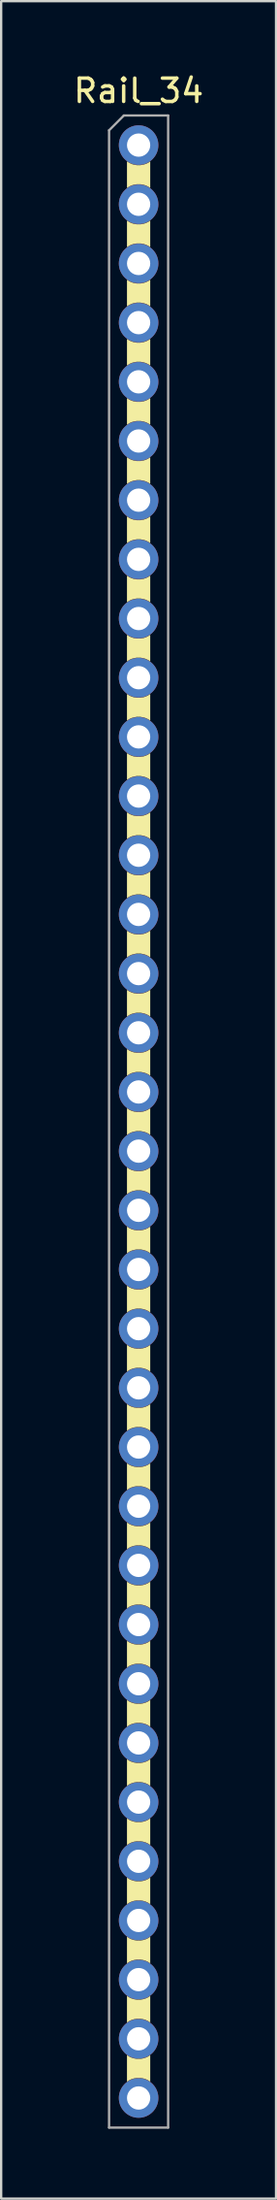
<source format=kicad_pcb>
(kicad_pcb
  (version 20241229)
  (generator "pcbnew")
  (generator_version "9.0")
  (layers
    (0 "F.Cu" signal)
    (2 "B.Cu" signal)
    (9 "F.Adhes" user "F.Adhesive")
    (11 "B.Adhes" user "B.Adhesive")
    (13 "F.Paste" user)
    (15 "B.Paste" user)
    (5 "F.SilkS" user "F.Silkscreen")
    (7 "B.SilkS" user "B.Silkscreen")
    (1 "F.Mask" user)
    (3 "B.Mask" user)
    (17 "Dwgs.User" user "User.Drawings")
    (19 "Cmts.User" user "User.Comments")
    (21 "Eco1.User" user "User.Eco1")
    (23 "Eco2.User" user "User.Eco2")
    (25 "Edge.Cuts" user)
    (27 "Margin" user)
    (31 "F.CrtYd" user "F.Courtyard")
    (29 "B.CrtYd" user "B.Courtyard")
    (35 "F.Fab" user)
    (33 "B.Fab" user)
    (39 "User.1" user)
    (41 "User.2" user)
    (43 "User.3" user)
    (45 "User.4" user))
  (footprint "Rail_34"
    (layer "F.Cu")
    (at 2.911 3.178)
    (property "Reference" "Rail_34" (at 0 -2.33 0) (layer "F.SilkS") (effects (font (size 1 1) (thickness 0.15))))
    (attr through_hole)
    (fp_poly (pts (xy 0.5 1.84) (xy 0.39 1.77) (xy 0.3 1.73) (xy 0.2 1.7) (xy 0.08 1.68) (xy 0 1.68) (xy -0.08 1.68) (xy -0.2 1.7) (xy -0.3 1.73) (xy -0.39 1.77) (xy -0.5 1.84) (xy -0.5 0.7) (xy -0.39 0.77) (xy -0.3 0.81) (xy -0.2 0.84) (xy -0.08 0.86) (xy 0 0.86) (xy 0.08 0.86) (xy 0.2 0.84) (xy 0.3 0.81) (xy 0.39 0.77) (xy 0.5 0.7)) (stroke (width 0) (type solid)) (fill yes) (layer "F.SilkS"))
    (fp_poly (pts (xy 0.5 4.38) (xy 0.39 4.31) (xy 0.3 4.27) (xy 0.2 4.24) (xy 0.08 4.22) (xy 0 4.22) (xy -0.08 4.22) (xy -0.2 4.24) (xy -0.3 4.27) (xy -0.39 4.31) (xy -0.5 4.38) (xy -0.5 3.24) (xy -0.39 3.31) (xy -0.3 3.35) (xy -0.2 3.38) (xy -0.08 3.4) (xy 0 3.4) (xy 0.08 3.4) (xy 0.2 3.38) (xy 0.3 3.35) (xy 0.39 3.31) (xy 0.5 3.24)) (stroke (width 0) (type solid)) (fill yes) (layer "F.SilkS"))
    (fp_poly (pts (xy 0.5 6.92) (xy 0.39 6.85) (xy 0.3 6.81) (xy 0.2 6.78) (xy 0.08 6.76) (xy 0 6.76) (xy -0.08 6.76) (xy -0.2 6.78) (xy -0.3 6.81) (xy -0.39 6.85) (xy -0.5 6.92) (xy -0.5 5.78) (xy -0.39 5.85) (xy -0.3 5.89) (xy -0.2 5.92) (xy -0.08 5.94) (xy 0 5.94) (xy 0.08 5.94) (xy 0.2 5.92) (xy 0.3 5.89) (xy 0.39 5.85) (xy 0.5 5.78)) (stroke (width 0) (type solid)) (fill yes) (layer "F.SilkS"))
    (fp_poly (pts (xy 0.5 9.46) (xy 0.39 9.39) (xy 0.3 9.35) (xy 0.2 9.32) (xy 0.08 9.3) (xy 0 9.3) (xy -0.08 9.3) (xy -0.2 9.32) (xy -0.3 9.35) (xy -0.39 9.39) (xy -0.5 9.46) (xy -0.5 8.32) (xy -0.39 8.39) (xy -0.3 8.43) (xy -0.2 8.46) (xy -0.08 8.48) (xy 0 8.48) (xy 0.08 8.48) (xy 0.2 8.46) (xy 0.3 8.43) (xy 0.39 8.39) (xy 0.5 8.32)) (stroke (width 0) (type solid)) (fill yes) (layer "F.SilkS"))
    (fp_poly (pts (xy 0.5 12) (xy 0.39 11.93) (xy 0.3 11.89) (xy 0.2 11.86) (xy 0.08 11.84) (xy 0 11.84) (xy -0.08 11.84) (xy -0.2 11.86) (xy -0.3 11.89) (xy -0.39 11.93) (xy -0.5 12) (xy -0.5 10.86) (xy -0.39 10.93) (xy -0.3 10.97) (xy -0.2 11) (xy -0.08 11.02) (xy 0 11.02) (xy 0.08 11.02) (xy 0.2 11) (xy 0.3 10.97) (xy 0.39 10.93) (xy 0.5 10.86)) (stroke (width 0) (type solid)) (fill yes) (layer "F.SilkS"))
    (fp_poly (pts (xy 0.5 14.54) (xy 0.39 14.47) (xy 0.3 14.43) (xy 0.2 14.4) (xy 0.08 14.38) (xy 0 14.38) (xy -0.08 14.38) (xy -0.2 14.4) (xy -0.3 14.43) (xy -0.39 14.47) (xy -0.5 14.54) (xy -0.5 13.4) (xy -0.39 13.47) (xy -0.3 13.51) (xy -0.2 13.54) (xy -0.08 13.56) (xy 0 13.56) (xy 0.08 13.56) (xy 0.2 13.54) (xy 0.3 13.51) (xy 0.39 13.47) (xy 0.5 13.4)) (stroke (width 0) (type solid)) (fill yes) (layer "F.SilkS"))
    (fp_poly (pts (xy 0.5 17.08) (xy 0.39 17.01) (xy 0.3 16.97) (xy 0.2 16.94) (xy 0.08 16.92) (xy 0 16.92) (xy -0.08 16.92) (xy -0.2 16.94) (xy -0.3 16.97) (xy -0.39 17.01) (xy -0.5 17.08) (xy -0.5 15.94) (xy -0.39 16.01) (xy -0.3 16.05) (xy -0.2 16.08) (xy -0.08 16.1) (xy 0 16.1) (xy 0.08 16.1) (xy 0.2 16.08) (xy 0.3 16.05) (xy 0.39 16.01) (xy 0.5 15.94)) (stroke (width 0) (type solid)) (fill yes) (layer "F.SilkS"))
    (fp_poly (pts (xy 0.5 19.62) (xy 0.39 19.55) (xy 0.3 19.51) (xy 0.2 19.48) (xy 0.08 19.46) (xy 0 19.46) (xy -0.08 19.46) (xy -0.2 19.48) (xy -0.3 19.51) (xy -0.39 19.55) (xy -0.5 19.62) (xy -0.5 18.48) (xy -0.39 18.55) (xy -0.3 18.59) (xy -0.2 18.62) (xy -0.08 18.64) (xy 0 18.64) (xy 0.08 18.64) (xy 0.2 18.62) (xy 0.3 18.59) (xy 0.39 18.55) (xy 0.5 18.48)) (stroke (width 0) (type solid)) (fill yes) (layer "F.SilkS"))
    (fp_poly (pts (xy 0.5 22.16) (xy 0.39 22.09) (xy 0.3 22.05) (xy 0.2 22.02) (xy 0.08 22) (xy 0 22) (xy -0.08 22) (xy -0.2 22.02) (xy -0.3 22.05) (xy -0.39 22.09) (xy -0.5 22.16) (xy -0.5 21.02) (xy -0.39 21.09) (xy -0.3 21.13) (xy -0.2 21.16) (xy -0.08 21.18) (xy 0 21.18) (xy 0.08 21.18) (xy 0.2 21.16) (xy 0.3 21.13) (xy 0.39 21.09) (xy 0.5 21.02)) (stroke (width 0) (type solid)) (fill yes) (layer "F.SilkS"))
    (fp_poly (pts (xy 0.5 24.7) (xy 0.39 24.63) (xy 0.3 24.59) (xy 0.2 24.56) (xy 0.08 24.54) (xy 0 24.54) (xy -0.08 24.54) (xy -0.2 24.56) (xy -0.3 24.59) (xy -0.39 24.63) (xy -0.5 24.7) (xy -0.5 23.56) (xy -0.39 23.63) (xy -0.3 23.67) (xy -0.2 23.7) (xy -0.08 23.72) (xy 0 23.72) (xy 0.08 23.72) (xy 0.2 23.7) (xy 0.3 23.67) (xy 0.39 23.63) (xy 0.5 23.56)) (stroke (width 0) (type solid)) (fill yes) (layer "F.SilkS"))
    (fp_poly (pts (xy 0.5 27.24) (xy 0.39 27.17) (xy 0.3 27.13) (xy 0.2 27.1) (xy 0.08 27.08) (xy 0 27.08) (xy -0.08 27.08) (xy -0.2 27.1) (xy -0.3 27.13) (xy -0.39 27.17) (xy -0.5 27.24) (xy -0.5 26.1) (xy -0.39 26.17) (xy -0.3 26.21) (xy -0.2 26.24) (xy -0.08 26.26) (xy 0 26.26) (xy 0.08 26.26) (xy 0.2 26.24) (xy 0.3 26.21) (xy 0.39 26.17) (xy 0.5 26.1)) (stroke (width 0) (type solid)) (fill yes) (layer "F.SilkS"))
    (fp_poly (pts (xy 0.5 29.78) (xy 0.39 29.71) (xy 0.3 29.67) (xy 0.2 29.64) (xy 0.08 29.62) (xy 0 29.62) (xy -0.08 29.62) (xy -0.2 29.64) (xy -0.3 29.67) (xy -0.39 29.71) (xy -0.5 29.78) (xy -0.5 28.64) (xy -0.39 28.71) (xy -0.3 28.75) (xy -0.2 28.78) (xy -0.08 28.8) (xy 0 28.8) (xy 0.08 28.8) (xy 0.2 28.78) (xy 0.3 28.75) (xy 0.39 28.71) (xy 0.5 28.64)) (stroke (width 0) (type solid)) (fill yes) (layer "F.SilkS"))
    (fp_poly (pts (xy 0.5 32.32) (xy 0.39 32.25) (xy 0.3 32.21) (xy 0.2 32.18) (xy 0.08 32.16) (xy 0 32.16) (xy -0.08 32.16) (xy -0.2 32.18) (xy -0.3 32.21) (xy -0.39 32.25) (xy -0.5 32.32) (xy -0.5 31.18) (xy -0.39 31.25) (xy -0.3 31.29) (xy -0.2 31.32) (xy -0.08 31.34) (xy 0 31.34) (xy 0.08 31.34) (xy 0.2 31.32) (xy 0.3 31.29) (xy 0.39 31.25) (xy 0.5 31.18)) (stroke (width 0) (type solid)) (fill yes) (layer "F.SilkS"))
    (fp_poly (pts (xy 0.5 34.86) (xy 0.39 34.79) (xy 0.3 34.75) (xy 0.2 34.72) (xy 0.08 34.7) (xy 0 34.7) (xy -0.08 34.7) (xy -0.2 34.72) (xy -0.3 34.75) (xy -0.39 34.79) (xy -0.5 34.86) (xy -0.5 33.72) (xy -0.39 33.79) (xy -0.3 33.83) (xy -0.2 33.86) (xy -0.08 33.88) (xy 0 33.88) (xy 0.08 33.88) (xy 0.2 33.86) (xy 0.3 33.83) (xy 0.39 33.79) (xy 0.5 33.72)) (stroke (width 0) (type solid)) (fill yes) (layer "F.SilkS"))
    (fp_poly (pts (xy 0.5 37.4) (xy 0.39 37.33) (xy 0.3 37.29) (xy 0.2 37.26) (xy 0.08 37.24) (xy 0 37.24) (xy -0.08 37.24) (xy -0.2 37.26) (xy -0.3 37.29) (xy -0.39 37.33) (xy -0.5 37.4) (xy -0.5 36.26) (xy -0.39 36.33) (xy -0.3 36.37) (xy -0.2 36.4) (xy -0.08 36.42) (xy 0 36.42) (xy 0.08 36.42) (xy 0.2 36.4) (xy 0.3 36.37) (xy 0.39 36.33) (xy 0.5 36.26)) (stroke (width 0) (type solid)) (fill yes) (layer "F.SilkS"))
    (fp_poly (pts (xy 0.5 39.94) (xy 0.39 39.87) (xy 0.3 39.83) (xy 0.2 39.8) (xy 0.08 39.78) (xy 0 39.78) (xy -0.08 39.78) (xy -0.2 39.8) (xy -0.3 39.83) (xy -0.39 39.87) (xy -0.5 39.94) (xy -0.5 38.8) (xy -0.39 38.87) (xy -0.3 38.91) (xy -0.2 38.94) (xy -0.08 38.96) (xy 0 38.96) (xy 0.08 38.96) (xy 0.2 38.94) (xy 0.3 38.91) (xy 0.39 38.87) (xy 0.5 38.8)) (stroke (width 0) (type solid)) (fill yes) (layer "F.SilkS"))
    (fp_poly (pts (xy 0.5 42.48) (xy 0.39 42.41) (xy 0.3 42.37) (xy 0.2 42.34) (xy 0.08 42.32) (xy 0 42.32) (xy -0.08 42.32) (xy -0.2 42.34) (xy -0.3 42.37) (xy -0.39 42.41) (xy -0.5 42.48) (xy -0.5 41.34) (xy -0.39 41.41) (xy -0.3 41.45) (xy -0.2 41.48) (xy -0.08 41.5) (xy 0 41.5) (xy 0.08 41.5) (xy 0.2 41.48) (xy 0.3 41.45) (xy 0.39 41.41) (xy 0.5 41.34)) (stroke (width 0) (type solid)) (fill yes) (layer "F.SilkS"))
    (fp_poly (pts (xy 0.5 45.02) (xy 0.39 44.95) (xy 0.3 44.91) (xy 0.2 44.88) (xy 0.08 44.86) (xy 0 44.86) (xy -0.08 44.86) (xy -0.2 44.88) (xy -0.3 44.91) (xy -0.39 44.95) (xy -0.5 45.02) (xy -0.5 43.88) (xy -0.39 43.95) (xy -0.3 43.99) (xy -0.2 44.02) (xy -0.08 44.04) (xy 0 44.04) (xy 0.08 44.04) (xy 0.2 44.02) (xy 0.3 43.99) (xy 0.39 43.95) (xy 0.5 43.88)) (stroke (width 0) (type solid)) (fill yes) (layer "F.SilkS"))
    (fp_poly (pts (xy 0.5 47.56) (xy 0.39 47.49) (xy 0.3 47.45) (xy 0.2 47.42) (xy 0.08 47.4) (xy 0 47.4) (xy -0.08 47.4) (xy -0.2 47.42) (xy -0.3 47.45) (xy -0.39 47.49) (xy -0.5 47.56) (xy -0.5 46.42) (xy -0.39 46.49) (xy -0.3 46.53) (xy -0.2 46.56) (xy -0.08 46.58) (xy 0 46.58) (xy 0.08 46.58) (xy 0.2 46.56) (xy 0.3 46.53) (xy 0.39 46.49) (xy 0.5 46.42)) (stroke (width 0) (type solid)) (fill yes) (layer "F.SilkS"))
    (fp_poly (pts (xy 0.5 50.1) (xy 0.39 50.03) (xy 0.3 49.99) (xy 0.2 49.96) (xy 0.08 49.94) (xy 0 49.94) (xy -0.08 49.94) (xy -0.2 49.96) (xy -0.3 49.99) (xy -0.39 50.03) (xy -0.5 50.1) (xy -0.5 48.96) (xy -0.39 49.03) (xy -0.3 49.07) (xy -0.2 49.1) (xy -0.08 49.12) (xy 0 49.12) (xy 0.08 49.12) (xy 0.2 49.1) (xy 0.3 49.07) (xy 0.39 49.03) (xy 0.5 48.96)) (stroke (width 0) (type solid)) (fill yes) (layer "F.SilkS"))
    (fp_poly (pts (xy 0.5 52.64) (xy 0.39 52.57) (xy 0.3 52.53) (xy 0.2 52.5) (xy 0.08 52.48) (xy 0 52.48) (xy -0.08 52.48) (xy -0.2 52.5) (xy -0.3 52.53) (xy -0.39 52.57) (xy -0.5 52.64) (xy -0.5 51.5) (xy -0.39 51.57) (xy -0.3 51.61) (xy -0.2 51.64) (xy -0.08 51.66) (xy 0 51.66) (xy 0.08 51.66) (xy 0.2 51.64) (xy 0.3 51.61) (xy 0.39 51.57) (xy 0.5 51.5)) (stroke (width 0) (type solid)) (fill yes) (layer "F.SilkS"))
    (fp_poly (pts (xy 0.5 55.18) (xy 0.39 55.11) (xy 0.3 55.07) (xy 0.2 55.04) (xy 0.08 55.02) (xy 0 55.02) (xy -0.08 55.02) (xy -0.2 55.04) (xy -0.3 55.07) (xy -0.39 55.11) (xy -0.5 55.18) (xy -0.5 54.04) (xy -0.39 54.11) (xy -0.3 54.15) (xy -0.2 54.18) (xy -0.08 54.2) (xy 0 54.2) (xy 0.08 54.2) (xy 0.2 54.18) (xy 0.3 54.15) (xy 0.39 54.11) (xy 0.5 54.04)) (stroke (width 0) (type solid)) (fill yes) (layer "F.SilkS"))
    (fp_poly (pts (xy 0.5 57.72) (xy 0.39 57.65) (xy 0.3 57.61) (xy 0.2 57.58) (xy 0.08 57.56) (xy 0 57.56) (xy -0.08 57.56) (xy -0.2 57.58) (xy -0.3 57.61) (xy -0.39 57.65) (xy -0.5 57.72) (xy -0.5 56.58) (xy -0.39 56.65) (xy -0.3 56.69) (xy -0.2 56.72) (xy -0.08 56.74) (xy 0 56.74) (xy 0.08 56.74) (xy 0.2 56.72) (xy 0.3 56.69) (xy 0.39 56.65) (xy 0.5 56.58)) (stroke (width 0) (type solid)) (fill yes) (layer "F.SilkS"))
    (fp_poly (pts (xy 0.5 60.26) (xy 0.39 60.19) (xy 0.3 60.15) (xy 0.2 60.12) (xy 0.08 60.1) (xy 0 60.1) (xy -0.08 60.1) (xy -0.2 60.12) (xy -0.3 60.15) (xy -0.39 60.19) (xy -0.5 60.26) (xy -0.5 59.12) (xy -0.39 59.19) (xy -0.3 59.23) (xy -0.2 59.26) (xy -0.08 59.28) (xy 0 59.28) (xy 0.08 59.28) (xy 0.2 59.26) (xy 0.3 59.23) (xy 0.39 59.19) (xy 0.5 59.12)) (stroke (width 0) (type solid)) (fill yes) (layer "F.SilkS"))
    (fp_poly (pts (xy 0.5 62.8) (xy 0.39 62.73) (xy 0.3 62.69) (xy 0.2 62.66) (xy 0.08 62.64) (xy 0 62.64) (xy -0.08 62.64) (xy -0.2 62.66) (xy -0.3 62.69) (xy -0.39 62.73) (xy -0.5 62.8) (xy -0.5 61.66) (xy -0.39 61.73) (xy -0.3 61.77) (xy -0.2 61.8) (xy -0.08 61.82) (xy 0 61.82) (xy 0.08 61.82) (xy 0.2 61.8) (xy 0.3 61.77) (xy 0.39 61.73) (xy 0.5 61.66)) (stroke (width 0) (type solid)) (fill yes) (layer "F.SilkS"))
    (fp_poly (pts (xy 0.5 65.34) (xy 0.39 65.27) (xy 0.3 65.23) (xy 0.2 65.2) (xy 0.08 65.18) (xy 0 65.18) (xy -0.08 65.18) (xy -0.2 65.2) (xy -0.3 65.23) (xy -0.39 65.27) (xy -0.5 65.34) (xy -0.5 64.2) (xy -0.39 64.27) (xy -0.3 64.31) (xy -0.2 64.34) (xy -0.08 64.36) (xy 0 64.36) (xy 0.08 64.36) (xy 0.2 64.34) (xy 0.3 64.31) (xy 0.39 64.27) (xy 0.5 64.2)) (stroke (width 0) (type solid)) (fill yes) (layer "F.SilkS"))
    (fp_poly (pts (xy 0.5 67.88) (xy 0.39 67.81) (xy 0.3 67.77) (xy 0.2 67.74) (xy 0.08 67.72) (xy 0 67.72) (xy -0.08 67.72) (xy -0.2 67.74) (xy -0.3 67.77) (xy -0.39 67.81) (xy -0.5 67.88) (xy -0.5 66.74) (xy -0.39 66.81) (xy -0.3 66.85) (xy -0.2 66.88) (xy -0.08 66.9) (xy 0 66.9) (xy 0.08 66.9) (xy 0.2 66.88) (xy 0.3 66.85) (xy 0.39 66.81) (xy 0.5 66.74)) (stroke (width 0) (type solid)) (fill yes) (layer "F.SilkS"))
    (fp_poly (pts (xy 0.5 70.42) (xy 0.39 70.35) (xy 0.3 70.31) (xy 0.2 70.28) (xy 0.08 70.26) (xy 0 70.26) (xy -0.08 70.26) (xy -0.2 70.28) (xy -0.3 70.31) (xy -0.39 70.35) (xy -0.5 70.42) (xy -0.5 69.28) (xy -0.39 69.35) (xy -0.3 69.39) (xy -0.2 69.42) (xy -0.08 69.44) (xy 0 69.44) (xy 0.08 69.44) (xy 0.2 69.42) (xy 0.3 69.39) (xy 0.39 69.35) (xy 0.5 69.28)) (stroke (width 0) (type solid)) (fill yes) (layer "F.SilkS"))
    (fp_poly (pts (xy 0.5 72.96) (xy 0.39 72.89) (xy 0.3 72.85) (xy 0.2 72.82) (xy 0.08 72.8) (xy 0 72.8) (xy -0.08 72.8) (xy -0.2 72.82) (xy -0.3 72.85) (xy -0.39 72.89) (xy -0.5 72.96) (xy -0.5 71.82) (xy -0.39 71.89) (xy -0.3 71.93) (xy -0.2 71.96) (xy -0.08 71.98) (xy 0 71.98) (xy 0.08 71.98) (xy 0.2 71.96) (xy 0.3 71.93) (xy 0.39 71.89) (xy 0.5 71.82)) (stroke (width 0) (type solid)) (fill yes) (layer "F.SilkS"))
    (fp_poly (pts (xy 0.5 75.5) (xy 0.39 75.43) (xy 0.3 75.39) (xy 0.2 75.36) (xy 0.08 75.34) (xy 0 75.34) (xy -0.08 75.34) (xy -0.2 75.36) (xy -0.3 75.39) (xy -0.39 75.43) (xy -0.5 75.5) (xy -0.5 74.36) (xy -0.39 74.43) (xy -0.3 74.47) (xy -0.2 74.5) (xy -0.08 74.52) (xy 0 74.52) (xy 0.08 74.52) (xy 0.2 74.5) (xy 0.3 74.47) (xy 0.39 74.43) (xy 0.5 74.36)) (stroke (width 0) (type solid)) (fill yes) (layer "F.SilkS"))
    (fp_poly (pts (xy 0.5 78.04) (xy 0.39 77.97) (xy 0.3 77.93) (xy 0.2 77.9) (xy 0.08 77.88) (xy 0 77.88) (xy -0.08 77.88) (xy -0.2 77.9) (xy -0.3 77.93) (xy -0.39 77.97) (xy -0.5 78.04) (xy -0.5 76.9) (xy -0.39 76.97) (xy -0.3 77.01) (xy -0.2 77.04) (xy -0.08 77.06) (xy 0 77.06) (xy 0.08 77.06) (xy 0.2 77.04) (xy 0.3 77.01) (xy 0.39 76.97) (xy 0.5 76.9)) (stroke (width 0) (type solid)) (fill yes) (layer "F.SilkS"))
    (fp_poly (pts (xy 0.5 80.58) (xy 0.39 80.51) (xy 0.3 80.47) (xy 0.2 80.44) (xy 0.08 80.42) (xy 0 80.42) (xy -0.08 80.42) (xy -0.2 80.44) (xy -0.3 80.47) (xy -0.39 80.51) (xy -0.5 80.58) (xy -0.5 79.44) (xy -0.39 79.51) (xy -0.3 79.55) (xy -0.2 79.58) (xy -0.08 79.6) (xy 0 79.6) (xy 0.08 79.6) (xy 0.2 79.58) (xy 0.3 79.55) (xy 0.39 79.51) (xy 0.5 79.44)) (stroke (width 0) (type solid)) (fill yes) (layer "F.SilkS"))
    (fp_poly (pts (xy 0.5 83.12) (xy 0.39 83.05) (xy 0.3 83.01) (xy 0.2 82.98) (xy 0.08 82.96) (xy 0 82.96) (xy -0.08 82.96) (xy -0.2 82.98) (xy -0.3 83.01) (xy -0.39 83.05) (xy -0.5 83.12) (xy -0.5 81.98) (xy -0.39 82.05) (xy -0.3 82.09) (xy -0.2 82.12) (xy -0.08 82.14) (xy 0 82.14) (xy 0.08 82.14) (xy 0.2 82.12) (xy 0.3 82.09) (xy 0.39 82.05) (xy 0.5 81.98)) (stroke (width 0) (type solid)) (fill yes) (layer "F.SilkS"))
    (fp_line (start -1.27 -0.635) (end -0.635 -1.27) (stroke (width 0.1) (type solid)) (layer "F.Fab"))
    (fp_line (start -1.27 85.09) (end -1.27 -0.635) (stroke (width 0.1) (type solid)) (layer "F.Fab"))
    (fp_line (start -0.635 -1.27) (end 1.27 -1.27) (stroke (width 0.1) (type solid)) (layer "F.Fab"))
    (fp_line (start 1.27 -1.27) (end 1.27 85.09) (stroke (width 0.1) (type solid)) (layer "F.Fab"))
    (fp_line (start 1.27 85.09) (end -1.27 85.09) (stroke (width 0.1) (type solid)) (layer "F.Fab"))
    (pad "1" thru_hole circle (at 0 0) (size 1.7 1.7) (drill 1) (layers "*.Cu" "*.Mask"))
    (pad "2" thru_hole oval (at 0 2.54) (size 1.7 1.7) (drill 1) (layers "*.Cu" "*.Mask"))
    (pad "3" thru_hole oval (at 0 5.08) (size 1.7 1.7) (drill 1) (layers "*.Cu" "*.Mask"))
    (pad "4" thru_hole oval (at 0 7.62) (size 1.7 1.7) (drill 1) (layers "*.Cu" "*.Mask"))
    (pad "5" thru_hole oval (at 0 10.16) (size 1.7 1.7) (drill 1) (layers "*.Cu" "*.Mask"))
    (pad "6" thru_hole oval (at 0 12.7) (size 1.7 1.7) (drill 1) (layers "*.Cu" "*.Mask"))
    (pad "7" thru_hole oval (at 0 15.24) (size 1.7 1.7) (drill 1) (layers "*.Cu" "*.Mask"))
    (pad "8" thru_hole oval (at 0 17.78) (size 1.7 1.7) (drill 1) (layers "*.Cu" "*.Mask"))
    (pad "9" thru_hole oval (at 0 20.32) (size 1.7 1.7) (drill 1) (layers "*.Cu" "*.Mask"))
    (pad "10" thru_hole oval (at 0 22.86) (size 1.7 1.7) (drill 1) (layers "*.Cu" "*.Mask"))
    (pad "11" thru_hole oval (at 0 25.4) (size 1.7 1.7) (drill 1) (layers "*.Cu" "*.Mask"))
    (pad "12" thru_hole oval (at 0 27.94) (size 1.7 1.7) (drill 1) (layers "*.Cu" "*.Mask"))
    (pad "13" thru_hole oval (at 0 30.48) (size 1.7 1.7) (drill 1) (layers "*.Cu" "*.Mask"))
    (pad "14" thru_hole oval (at 0 33.02) (size 1.7 1.7) (drill 1) (layers "*.Cu" "*.Mask"))
    (pad "15" thru_hole oval (at 0 35.56) (size 1.7 1.7) (drill 1) (layers "*.Cu" "*.Mask"))
    (pad "16" thru_hole oval (at 0 38.1) (size 1.7 1.7) (drill 1) (layers "*.Cu" "*.Mask"))
    (pad "17" thru_hole oval (at 0 40.64) (size 1.7 1.7) (drill 1) (layers "*.Cu" "*.Mask"))
    (pad "18" thru_hole oval (at 0 43.18) (size 1.7 1.7) (drill 1) (layers "*.Cu" "*.Mask"))
    (pad "19" thru_hole oval (at 0 45.72) (size 1.7 1.7) (drill 1) (layers "*.Cu" "*.Mask"))
    (pad "20" thru_hole oval (at 0 48.26) (size 1.7 1.7) (drill 1) (layers "*.Cu" "*.Mask"))
    (pad "21" thru_hole oval (at 0 50.8) (size 1.7 1.7) (drill 1) (layers "*.Cu" "*.Mask"))
    (pad "22" thru_hole oval (at 0 53.34) (size 1.7 1.7) (drill 1) (layers "*.Cu" "*.Mask"))
    (pad "23" thru_hole oval (at 0 55.88) (size 1.7 1.7) (drill 1) (layers "*.Cu" "*.Mask"))
    (pad "24" thru_hole oval (at 0 58.42) (size 1.7 1.7) (drill 1) (layers "*.Cu" "*.Mask"))
    (pad "25" thru_hole oval (at 0 60.96) (size 1.7 1.7) (drill 1) (layers "*.Cu" "*.Mask"))
    (pad "26" thru_hole oval (at 0 63.5) (size 1.7 1.7) (drill 1) (layers "*.Cu" "*.Mask"))
    (pad "27" thru_hole oval (at 0 66.04) (size 1.7 1.7) (drill 1) (layers "*.Cu" "*.Mask"))
    (pad "28" thru_hole oval (at 0 68.58) (size 1.7 1.7) (drill 1) (layers "*.Cu" "*.Mask"))
    (pad "29" thru_hole oval (at 0 71.12) (size 1.7 1.7) (drill 1) (layers "*.Cu" "*.Mask"))
    (pad "30" thru_hole oval (at 0 73.66) (size 1.7 1.7) (drill 1) (layers "*.Cu" "*.Mask"))
    (pad "31" thru_hole oval (at 0 76.2) (size 1.7 1.7) (drill 1) (layers "*.Cu" "*.Mask"))
    (pad "32" thru_hole oval (at 0 78.74) (size 1.7 1.7) (drill 1) (layers "*.Cu" "*.Mask"))
    (pad "33" thru_hole oval (at 0 81.28) (size 1.7 1.7) (drill 1) (layers "*.Cu" "*.Mask"))
    (pad "34" thru_hole oval (at 0 83.82) (size 1.7 1.7) (drill 1) (layers "*.Cu" "*.Mask")))
  (gr_rect
    (start -3 -3)
    (end 8.821 91.318)
    (stroke (width 0.1) (type default))
    (fill no)
    (layer "Edge.Cuts")))
</source>
